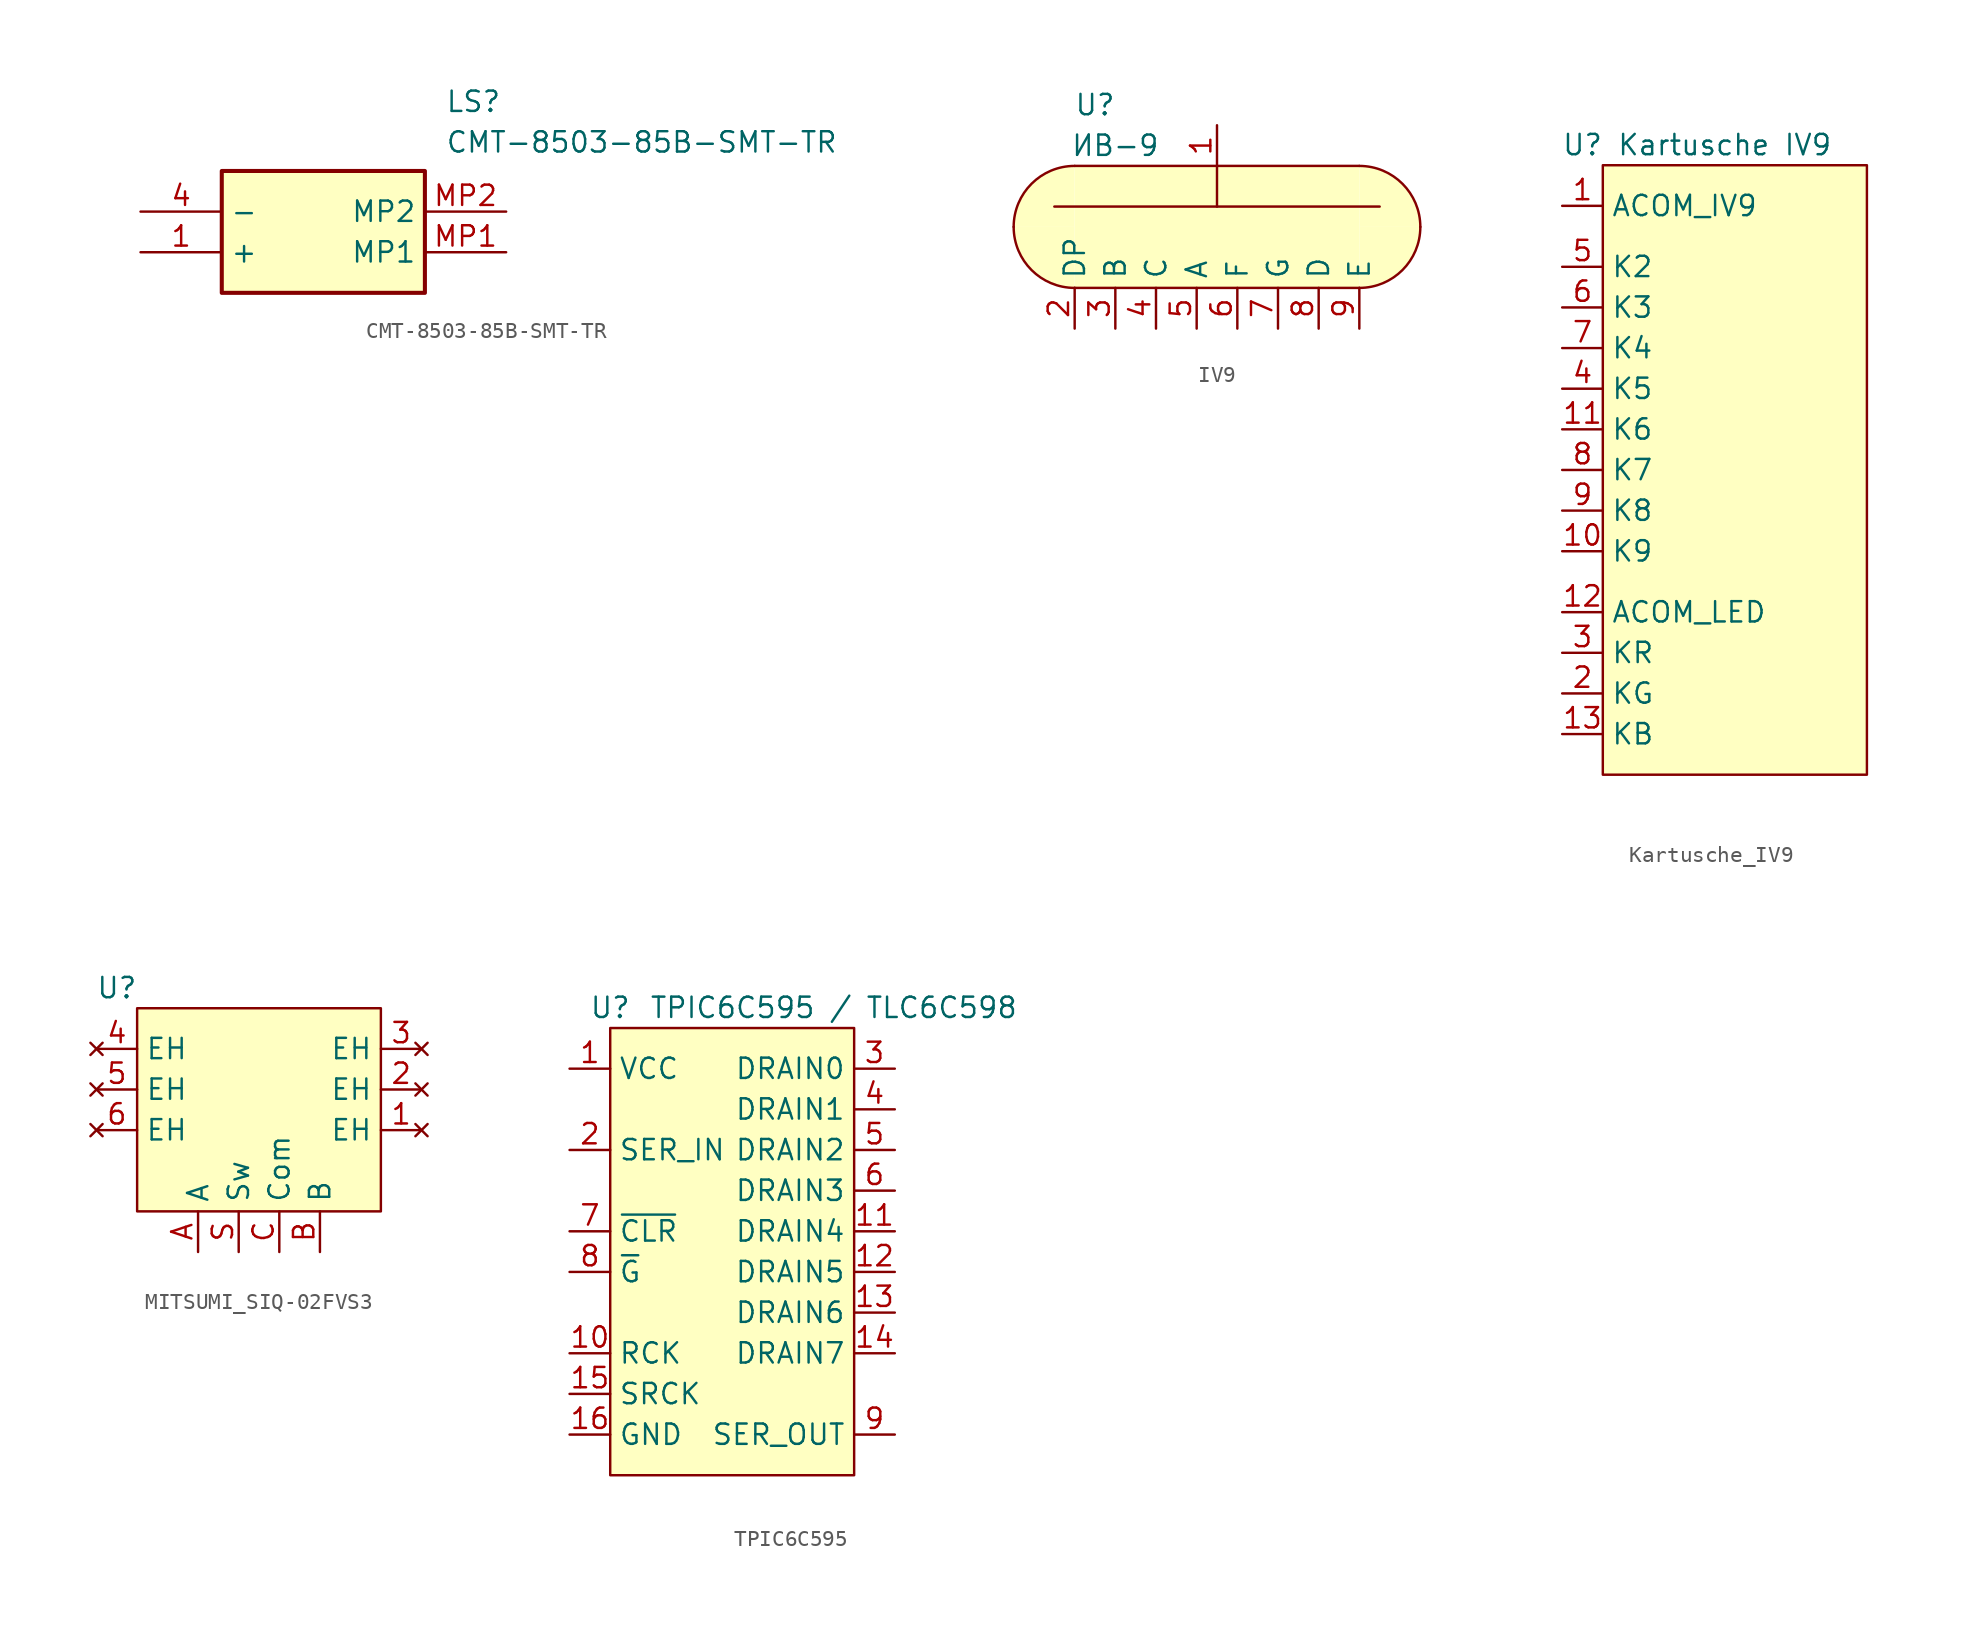
<source format=kicad_sym>
(kicad_symbol_lib
  (version 20220914)
  (generator kicad_symbol_editor)
  (symbol "CMT-8503-85B-SMT-TR"
    (property "Reference" "LS"
      (at 19.05 7.62 0)
      (effects (font (size 1.27 1.27)) (justify left top)))
    (property "Value" "CMT-8503-85B-SMT-TR"
      (at 19.05 5.08 0)
      (effects (font (size 1.27 1.27)) (justify left top)))
    (symbol "CMT-8503-85B-SMT-TR_1_1"
      (rectangle (start 5.08 2.54) (end 17.78 -5.08) (stroke (width 0.254) (type default)) (fill (type background)))
      (pin passive line (at 0 -2.54 0) (length 5.08) (name "+" (effects (font (size 1.27 1.27)))) (number "1" (effects (font (size 1.27 1.27)))))
      (pin passive line (at 0 0 0) (length 5.08) (name "-" (effects (font (size 1.27 1.27)))) (number "4" (effects (font (size 1.27 1.27)))))
      (pin passive line (at 22.86 -2.54 180) (length 5.08) (name "MP1" (effects (font (size 1.27 1.27)))) (number "MP1" (effects (font (size 1.27 1.27)))))
      (pin passive line (at 22.86 0 180) (length 5.08) (name "MP2" (effects (font (size 1.27 1.27)))) (number "MP2" (effects (font (size 1.27 1.27)))))))
  (symbol "IV9"
    (property "Reference" "U"
      (at -7.62 3.81 0)
      (effects (font (size 1.27 1.27))))
    (property "Value" "ИВ-9"
      (at -6.35 1.27 0)
      (effects (font (size 1.27 1.27))))
    (symbol "IV9_1_1"
      (arc (start -12.6999 -3.8099) (mid -11.584 -6.504) (end -8.8899 -7.6199) (stroke (width 0) (type default)) (fill (type background)))
      (arc (start -8.89 0) (mid -11.5841 -1.1159) (end -12.7 -3.81) (stroke (width 0) (type default)) (fill (type background)))
      (rectangle (start -8.89 0) (end 8.89 -7.62) (stroke (width -0.0001) (type default)) (fill (type background)))
      (polyline (pts (xy -10.16 -2.54) (xy 10.16 -2.54)) (stroke (width 0) (type default)) (fill (type none)))
      (polyline (pts (xy -8.89 0) (xy 8.89 0)) (stroke (width 0) (type default)) (fill (type none)))
      (polyline (pts (xy 0 0) (xy 0 -2.54)) (stroke (width 0) (type default)) (fill (type none)))
      (polyline (pts (xy 8.89 -7.62) (xy -8.89 -7.62)) (stroke (width 0) (type default)) (fill (type none)))
      (arc (start 8.8899 -7.6199) (mid 11.584 -6.504) (end 12.6999 -3.8099) (stroke (width 0) (type default)) (fill (type background)))
      (arc (start 12.6998 -3.81) (mid 11.5839 -1.1159) (end 8.8898 0) (stroke (width 0) (type default)) (fill (type background)))
      (pin input line (at 0 2.54 270) (length 2.54) (name "" (effects (font (size 1.27 1.27)))) (number "1" (effects (font (size 1.27 1.27)))))
      (pin input line (at -8.89 -10.16 90) (length 2.54) (name "DP" (effects (font (size 1.27 1.27)))) (number "2" (effects (font (size 1.27 1.27)))))
      (pin input line (at -6.35 -10.16 90) (length 2.54) (name "B" (effects (font (size 1.27 1.27)))) (number "3" (effects (font (size 1.27 1.27)))))
      (pin input line (at -3.81 -10.16 90) (length 2.54) (name "C" (effects (font (size 1.27 1.27)))) (number "4" (effects (font (size 1.27 1.27)))))
      (pin input line (at -1.27 -10.16 90) (length 2.54) (name "A" (effects (font (size 1.27 1.27)))) (number "5" (effects (font (size 1.27 1.27)))))
      (pin input line (at 1.27 -10.16 90) (length 2.54) (name "F" (effects (font (size 1.27 1.27)))) (number "6" (effects (font (size 1.27 1.27)))))
      (pin input line (at 3.81 -10.16 90) (length 2.54) (name "G" (effects (font (size 1.27 1.27)))) (number "7" (effects (font (size 1.27 1.27)))))
      (pin input line (at 6.35 -10.16 90) (length 2.54) (name "D" (effects (font (size 1.27 1.27)))) (number "8" (effects (font (size 1.27 1.27)))))
      (pin input line (at 8.89 -10.16 90) (length 2.54) (name "E" (effects (font (size 1.27 1.27)))) (number "9" (effects (font (size 1.27 1.27)))))))
  (symbol "Kartusche_IV9"
    (property "Reference" "U"
      (at -1.27 1.27 0)
      (effects (font (size 1.27 1.27))))
    (property "Value" "Kartusche IV9"
      (at 7.62 1.27 0)
      (effects (font (size 1.27 1.27))))
    (symbol "Kartusche_IV9_1_1"
      (rectangle (start 0 0) (end 16.51 -38.1) (stroke (width 0) (type default)) (fill (type background)))
      (pin input line (at -2.54 -2.54 0) (length 2.54) (name "ACOM_IV9" (effects (font (size 1.27 1.27)))) (number "1" (effects (font (size 1.27 1.27)))))
      (pin input line (at -2.54 -24.13 0) (length 2.54) (name "K9" (effects (font (size 1.27 1.27)))) (number "10" (effects (font (size 1.27 1.27)))))
      (pin input line (at -2.54 -16.51 0) (length 2.54) (name "K6" (effects (font (size 1.27 1.27)))) (number "11" (effects (font (size 1.27 1.27)))))
      (pin input line (at -2.54 -27.94 0) (length 2.54) (name "ACOM_LED" (effects (font (size 1.27 1.27)))) (number "12" (effects (font (size 1.27 1.27)))))
      (pin input line (at -2.54 -35.56 0) (length 2.54) (name "KB" (effects (font (size 1.27 1.27)))) (number "13" (effects (font (size 1.27 1.27)))))
      (pin input line (at -2.54 -2.54 0) (length 2.54) hide (name "ACOM_IV9" (effects (font (size 1.27 1.27)))) (number "14" (effects (font (size 1.27 1.27)))))
      (pin input line (at -2.54 -33.02 0) (length 2.54) (name "KG" (effects (font (size 1.27 1.27)))) (number "2" (effects (font (size 1.27 1.27)))))
      (pin input line (at -2.54 -30.48 0) (length 2.54) (name "KR" (effects (font (size 1.27 1.27)))) (number "3" (effects (font (size 1.27 1.27)))))
      (pin input line (at -2.54 -13.97 0) (length 2.54) (name "K5" (effects (font (size 1.27 1.27)))) (number "4" (effects (font (size 1.27 1.27)))))
      (pin input line (at -2.54 -6.35 0) (length 2.54) (name "K2" (effects (font (size 1.27 1.27)))) (number "5" (effects (font (size 1.27 1.27)))))
      (pin input line (at -2.54 -8.89 0) (length 2.54) (name "K3" (effects (font (size 1.27 1.27)))) (number "6" (effects (font (size 1.27 1.27)))))
      (pin input line (at -2.54 -11.43 0) (length 2.54) (name "K4" (effects (font (size 1.27 1.27)))) (number "7" (effects (font (size 1.27 1.27)))))
      (pin input line (at -2.54 -19.05 0) (length 2.54) (name "K7" (effects (font (size 1.27 1.27)))) (number "8" (effects (font (size 1.27 1.27)))))
      (pin input line (at -2.54 -21.59 0) (length 2.54) (name "K8" (effects (font (size 1.27 1.27)))) (number "9" (effects (font (size 1.27 1.27)))))))
  (symbol "MITSUMI_SIQ-02FVS3"
    (property "Reference" "U"
      (at -1.27 1.27 0)
      (effects (font (size 1.27 1.27))))
    (property "Value" ""
      (at 0 0 0)
      (effects (font (size 1.27 1.27))))
    (symbol "MITSUMI_SIQ-02FVS3_1_1"
      (rectangle (start 0 0) (end 15.24 -12.7) (stroke (width 0) (type default)) (fill (type background)))
      (pin no_connect line (at 17.78 -7.62 180) (length 2.54) (name "EH" (effects (font (size 1.27 1.27)))) (number "1" (effects (font (size 1.27 1.27)))))
      (pin no_connect line (at 17.78 -5.08 180) (length 2.54) (name "EH" (effects (font (size 1.27 1.27)))) (number "2" (effects (font (size 1.27 1.27)))))
      (pin no_connect line (at 17.78 -2.54 180) (length 2.54) (name "EH" (effects (font (size 1.27 1.27)))) (number "3" (effects (font (size 1.27 1.27)))))
      (pin no_connect line (at -2.54 -2.54 0) (length 2.54) (name "EH" (effects (font (size 1.27 1.27)))) (number "4" (effects (font (size 1.27 1.27)))))
      (pin no_connect line (at -2.54 -5.08 0) (length 2.54) (name "EH" (effects (font (size 1.27 1.27)))) (number "5" (effects (font (size 1.27 1.27)))))
      (pin no_connect line (at -2.54 -7.62 0) (length 2.54) (name "EH" (effects (font (size 1.27 1.27)))) (number "6" (effects (font (size 1.27 1.27)))))
      (pin output line (at 3.81 -15.24 90) (length 2.54) (name "A" (effects (font (size 1.27 1.27)))) (number "A" (effects (font (size 1.27 1.27)))))
      (pin output line (at 11.43 -15.24 90) (length 2.54) (name "B" (effects (font (size 1.27 1.27)))) (number "B" (effects (font (size 1.27 1.27)))))
      (pin passive line (at 8.89 -15.24 90) (length 2.54) (name "Com" (effects (font (size 1.27 1.27)))) (number "C" (effects (font (size 1.27 1.27)))))
      (pin output line (at 6.35 -15.24 90) (length 2.54) (name "Sw" (effects (font (size 1.27 1.27)))) (number "S" (effects (font (size 1.27 1.27)))))))
  (symbol "TPIC6C595"
    (property "Reference" "U"
      (at 0 1.27 0)
      (effects (font (size 1.27 1.27))))
    (property "Value" "TPIC6C595 / TLC6C598"
      (at 13.97 1.27 0)
      (effects (font (size 1.27 1.27))))
    (symbol "TPIC6C595_1_1"
      (rectangle (start 0 0) (end 15.24 -27.94) (stroke (width 0) (type default)) (fill (type background)))
      (pin power_in line (at -2.54 -2.54 0) (length 2.54) (name "VCC" (effects (font (size 1.27 1.27)))) (number "1" (effects (font (size 1.27 1.27)))))
      (pin input line (at -2.54 -20.32 0) (length 2.54) (name "RCK" (effects (font (size 1.27 1.27)))) (number "10" (effects (font (size 1.27 1.27)))))
      (pin open_collector line (at 17.78 -12.7 180) (length 2.54) (name "DRAIN4" (effects (font (size 1.27 1.27)))) (number "11" (effects (font (size 1.27 1.27)))))
      (pin open_collector line (at 17.78 -15.24 180) (length 2.54) (name "DRAIN5" (effects (font (size 1.27 1.27)))) (number "12" (effects (font (size 1.27 1.27)))))
      (pin open_collector line (at 17.78 -17.78 180) (length 2.54) (name "DRAIN6" (effects (font (size 1.27 1.27)))) (number "13" (effects (font (size 1.27 1.27)))))
      (pin open_collector line (at 17.78 -20.32 180) (length 2.54) (name "DRAIN7" (effects (font (size 1.27 1.27)))) (number "14" (effects (font (size 1.27 1.27)))))
      (pin input line (at -2.54 -22.86 0) (length 2.54) (name "SRCK" (effects (font (size 1.27 1.27)))) (number "15" (effects (font (size 1.27 1.27)))))
      (pin passive line (at -2.54 -25.4 0) (length 2.54) (name "GND" (effects (font (size 1.27 1.27)))) (number "16" (effects (font (size 1.27 1.27)))))
      (pin input line (at -2.54 -7.62 0) (length 2.54) (name "SER_IN" (effects (font (size 1.27 1.27)))) (number "2" (effects (font (size 1.27 1.27)))))
      (pin open_collector line (at 17.78 -2.54 180) (length 2.54) (name "DRAIN0" (effects (font (size 1.27 1.27)))) (number "3" (effects (font (size 1.27 1.27)))))
      (pin open_collector line (at 17.78 -5.08 180) (length 2.54) (name "DRAIN1" (effects (font (size 1.27 1.27)))) (number "4" (effects (font (size 1.27 1.27)))))
      (pin open_collector line (at 17.78 -7.62 180) (length 2.54) (name "DRAIN2" (effects (font (size 1.27 1.27)))) (number "5" (effects (font (size 1.27 1.27)))))
      (pin open_collector line (at 17.78 -10.16 180) (length 2.54) (name "DRAIN3" (effects (font (size 1.27 1.27)))) (number "6" (effects (font (size 1.27 1.27)))))
      (pin input line (at -2.54 -12.7 0) (length 2.54) (name "~{CLR}" (effects (font (size 1.27 1.27)))) (number "7" (effects (font (size 1.27 1.27)))))
      (pin input line (at -2.54 -15.24 0) (length 2.54) (name "~{G}" (effects (font (size 1.27 1.27)))) (number "8" (effects (font (size 1.27 1.27)))))
      (pin output line (at 17.78 -25.4 180) (length 2.54) (name "SER_OUT" (effects (font (size 1.27 1.27)))) (number "9" (effects (font (size 1.27 1.27))))))))
</source>
